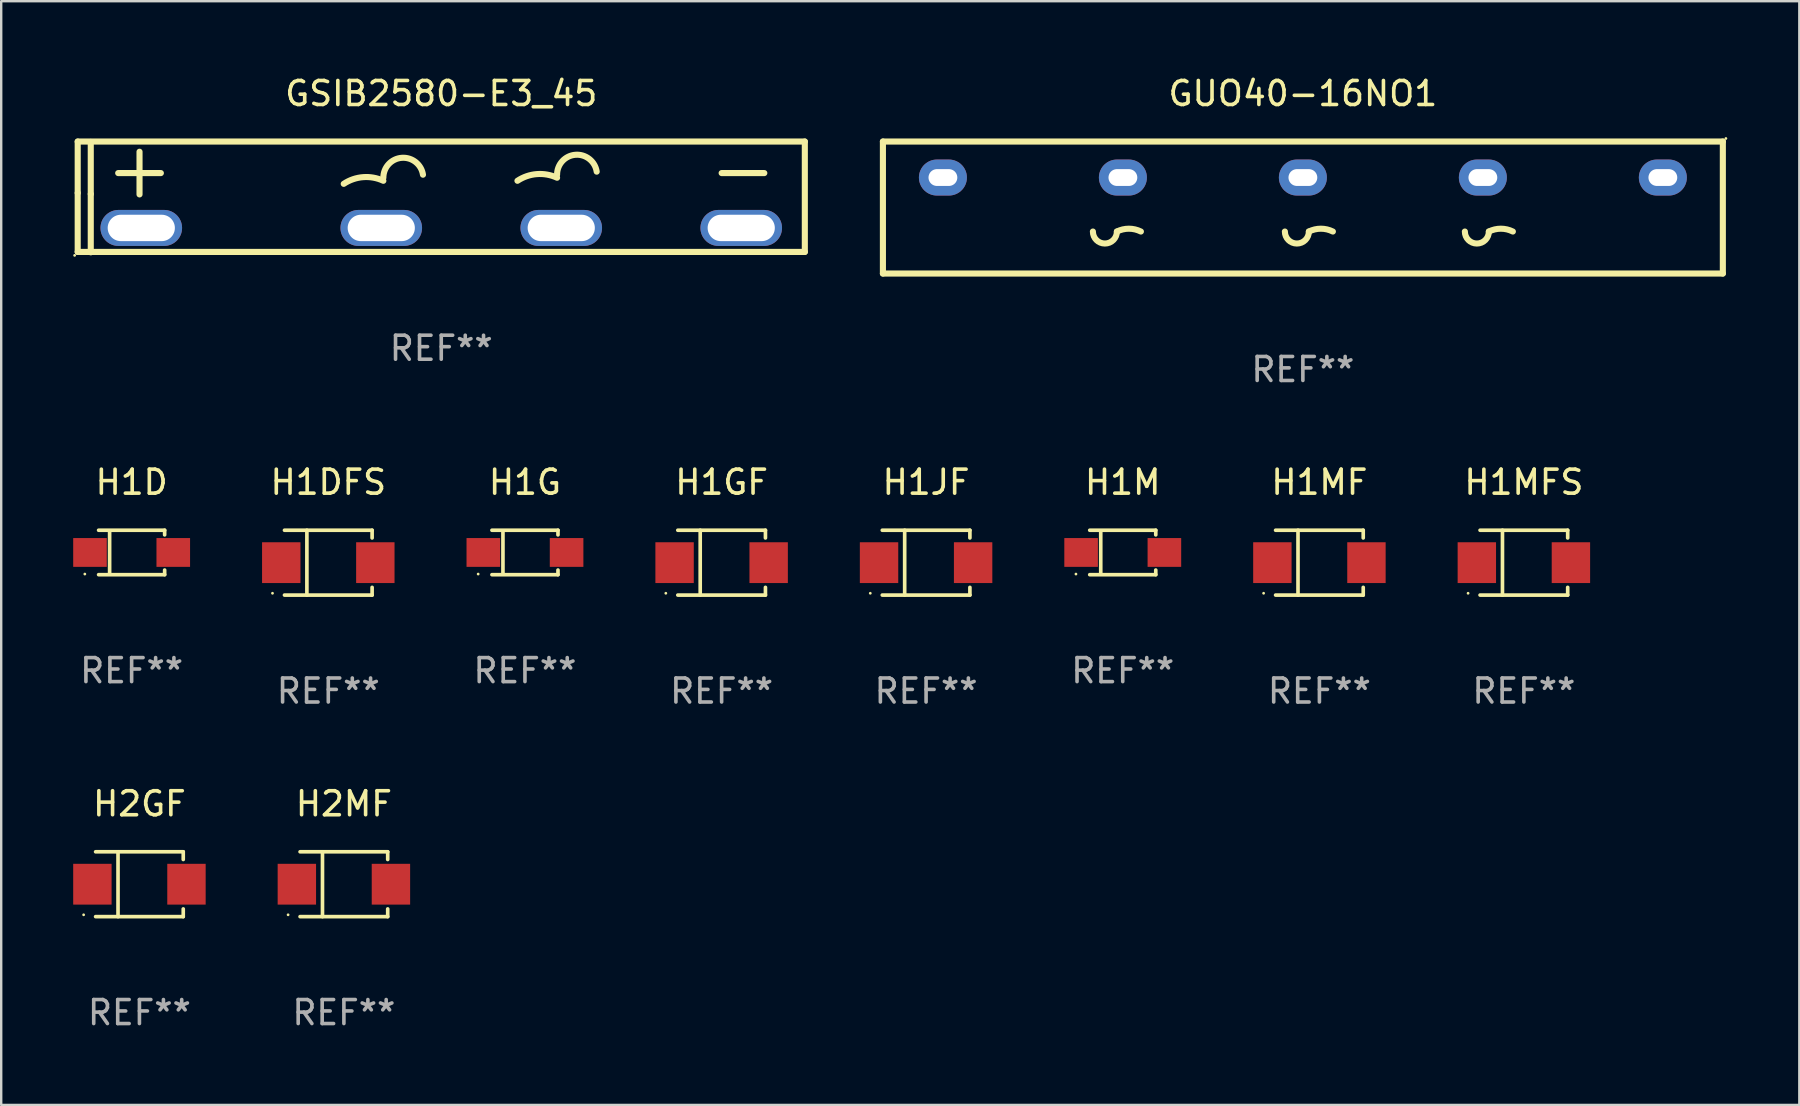
<source format=kicad_pcb>
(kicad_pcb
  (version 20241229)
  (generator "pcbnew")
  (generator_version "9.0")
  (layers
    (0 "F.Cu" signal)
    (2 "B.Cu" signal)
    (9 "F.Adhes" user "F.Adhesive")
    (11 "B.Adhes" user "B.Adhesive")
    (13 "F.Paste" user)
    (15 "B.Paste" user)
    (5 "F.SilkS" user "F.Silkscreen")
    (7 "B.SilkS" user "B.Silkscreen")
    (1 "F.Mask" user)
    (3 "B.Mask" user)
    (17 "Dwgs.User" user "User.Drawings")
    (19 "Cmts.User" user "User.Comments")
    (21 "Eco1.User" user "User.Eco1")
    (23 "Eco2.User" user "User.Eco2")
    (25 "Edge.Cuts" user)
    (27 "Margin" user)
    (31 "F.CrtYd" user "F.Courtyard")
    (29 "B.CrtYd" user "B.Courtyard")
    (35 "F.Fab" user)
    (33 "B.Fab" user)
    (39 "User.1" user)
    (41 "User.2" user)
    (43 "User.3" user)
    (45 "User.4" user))
  (footprint "GUO40-16NO1"
    (layer "F.Cu")
    (at 51.241 5.598)
    (property "Reference" "GUO40-16NO1" (at 0 -4.75 0) (layer "F.SilkS") (effects (font (size 1 1) (thickness 0.15))))
    (attr through_hole)
    (fp_line (start -17.5 -2.75) (end 17.5 -2.75) (stroke (width 0.254) (type solid)) (layer "F.SilkS"))
    (fp_line (start -17.5 2.75) (end -17.5 -2.75) (stroke (width 0.254) (type solid)) (layer "F.SilkS"))
    (fp_line (start -17.5 2.75) (end 17.5 2.75) (stroke (width 0.254) (type solid)) (layer "F.SilkS"))
    (fp_line (start 17.5 2.75) (end 17.5 -2.75) (stroke (width 0.254) (type solid)) (layer "F.SilkS"))
    (fp_arc (start -7.750038 0.999987) (mid -8.250038 1.499987) (end -8.750038 0.999987) (stroke (width 0.254001) (type solid)) (layer "F.SilkS"))
    (fp_arc (start -7.750038 0.999987) (mid -7.250038 0.881953) (end -6.750038 0.999987) (stroke (width 0.254001) (type solid)) (layer "F.SilkS"))
    (fp_arc (start 0.249987 0.999987) (mid -0.250013 1.499987) (end -0.750013 0.999987) (stroke (width 0.254001) (type solid)) (layer "F.SilkS"))
    (fp_arc (start 0.249987 0.999987) (mid 0.749987 0.881953) (end 1.249987 0.999987) (stroke (width 0.254001) (type solid)) (layer "F.SilkS"))
    (fp_arc (start 7.750013 0.999987) (mid 7.250013 1.499987) (end 6.750013 0.999987) (stroke (width 0.254001) (type solid)) (layer "F.SilkS"))
    (fp_arc (start 7.750013 0.999987) (mid 8.250026 0.881952) (end 8.750038 0.999988) (stroke (width 0.254001) (type solid)) (layer "F.SilkS"))
    (fp_circle (center 17.627 -2.877) (end 17.657 -2.877) (stroke (width 0.06) (type solid)) (fill no) (layer "F.SilkS"))
    (fp_text user "+" (at 14.25 2 0) (layer "B.Mask") (effects (font (size 1 1) (thickness 0.15))))
    (fp_text user "-" (at -15.75 2 0) (layer "B.Mask") (effects (font (size 1 1) (thickness 0.15))))
    (fp_text user "REF**" (at 0 6.75 0) (layer "F.Fab") (effects (font (size 1 1) (thickness 0.15))))
    (pad "1" thru_hole oval (at 15 -1.25) (size 2 1.5) (drill oval 1.2 0.7) (layers "*.Cu" "*.Mask"))
    (pad "2" thru_hole oval (at 7.5 -1.25) (size 2 1.5) (drill oval 1.2 0.7) (layers "*.Cu" "*.Mask"))
    (pad "3" thru_hole oval (at 0.000051 -1.25) (size 2 1.5) (drill oval 1.2 0.7) (layers "*.Cu" "*.Mask"))
    (pad "4" thru_hole oval (at -7.5 -1.25) (size 2 1.5) (drill oval 1.2 0.7) (layers "*.Cu" "*.Mask"))
    (pad "5" thru_hole oval (at -15 -1.25) (size 2 1.5) (drill oval 1.2 0.7) (layers "*.Cu" "*.Mask")))
  (footprint "H1MF"
    (layer "F.Cu")
    (at 51.93 20.396)
    (property "Reference" "H1MF" (at 0 -3.351 0) (layer "F.SilkS") (effects (font (size 1 1) (thickness 0.15))))
    (attr through_hole)
    (fp_line (start -1.826 -1.351) (end 1.826 -1.351) (stroke (width 0.152) (type solid)) (layer "F.SilkS"))
    (fp_line (start -1.826 1.351) (end 1.826 1.351) (stroke (width 0.152) (type solid)) (layer "F.SilkS"))
    (fp_line (start -0.892 -1.351) (end -0.892 1.351) (stroke (width 0.152) (type solid)) (layer "F.SilkS"))
    (fp_line (start 1.826 -1.351) (end 1.826 -1.03) (stroke (width 0.152) (type solid)) (layer "F.SilkS"))
    (fp_line (start 1.826 1.03) (end 1.826 1.351) (stroke (width 0.152) (type solid)) (layer "F.SilkS"))
    (fp_circle (center -2.325 1.275) (end -2.295 1.275) (stroke (width 0.06) (type solid)) (fill no) (layer "F.SilkS"))
    (fp_text user "REF**" (at 0 5.351 0) (layer "F.Fab") (effects (font (size 1 1) (thickness 0.15))))
    (pad "1" smd rect (at -1.96 0 180) (size 1.6 1.7) (layers "F.Cu" "F.Mask" "F.Paste"))
    (pad "2" smd rect (at 1.96 0 180) (size 1.6 1.7) (layers "F.Cu" "F.Mask" "F.Paste")))
  (footprint "H1JF"
    (layer "F.Cu")
    (at 35.54 20.396)
    (property "Reference" "H1JF" (at 0 -3.351 0) (layer "F.SilkS") (effects (font (size 1 1) (thickness 0.15))))
    (attr through_hole)
    (fp_line (start -1.826 -1.351) (end 1.826 -1.351) (stroke (width 0.152) (type solid)) (layer "F.SilkS"))
    (fp_line (start -1.826 1.351) (end 1.826 1.351) (stroke (width 0.152) (type solid)) (layer "F.SilkS"))
    (fp_line (start -0.892 -1.351) (end -0.892 1.351) (stroke (width 0.152) (type solid)) (layer "F.SilkS"))
    (fp_line (start 1.826 -1.351) (end 1.826 -1.03) (stroke (width 0.152) (type solid)) (layer "F.SilkS"))
    (fp_line (start 1.826 1.03) (end 1.826 1.351) (stroke (width 0.152) (type solid)) (layer "F.SilkS"))
    (fp_circle (center -2.325 1.275) (end -2.295 1.275) (stroke (width 0.06) (type solid)) (fill no) (layer "F.SilkS"))
    (fp_text user "REF**" (at 0 5.351 0) (layer "F.Fab") (effects (font (size 1 1) (thickness 0.15))))
    (pad "1" smd rect (at -1.96 0 180) (size 1.6 1.7) (layers "F.Cu" "F.Mask" "F.Paste"))
    (pad "2" smd rect (at 1.96 0 180) (size 1.6 1.7) (layers "F.Cu" "F.Mask" "F.Paste")))
  (footprint "H2MF"
    (layer "F.Cu")
    (at 11.28 33.795)
    (property "Reference" "H2MF" (at 0 -3.351 0) (layer "F.SilkS") (effects (font (size 1 1) (thickness 0.15))))
    (attr through_hole)
    (fp_line (start -1.826 -1.351) (end 1.826 -1.351) (stroke (width 0.152) (type solid)) (layer "F.SilkS"))
    (fp_line (start -1.826 1.351) (end 1.826 1.351) (stroke (width 0.152) (type solid)) (layer "F.SilkS"))
    (fp_line (start -0.892 -1.351) (end -0.892 1.351) (stroke (width 0.152) (type solid)) (layer "F.SilkS"))
    (fp_line (start 1.826 -1.351) (end 1.826 -1.03) (stroke (width 0.152) (type solid)) (layer "F.SilkS"))
    (fp_line (start 1.826 1.03) (end 1.826 1.351) (stroke (width 0.152) (type solid)) (layer "F.SilkS"))
    (fp_circle (center -2.325 1.275) (end -2.295 1.275) (stroke (width 0.06) (type solid)) (fill no) (layer "F.SilkS"))
    (fp_text user "REF**" (at 0 5.351 0) (layer "F.Fab") (effects (font (size 1 1) (thickness 0.15))))
    (pad "1" smd rect (at -1.96 0 180) (size 1.6 1.7) (layers "F.Cu" "F.Mask" "F.Paste"))
    (pad "2" smd rect (at 1.96 0 180) (size 1.6 1.7) (layers "F.Cu" "F.Mask" "F.Paste")))
  (footprint "H1G"
    (layer "F.Cu")
    (at 18.825 19.971)
    (property "Reference" "H1G" (at 0 -2.926 0) (layer "F.SilkS") (effects (font (size 1 1) (thickness 0.15))))
    (attr through_hole)
    (fp_line (start -1.376 -0.926) (end 1.376 -0.926) (stroke (width 0.152) (type solid)) (layer "F.SilkS"))
    (fp_line (start -1.376 0.926) (end 1.376 0.926) (stroke (width 0.152) (type solid)) (layer "F.SilkS"))
    (fp_line (start -0.917 -0.876) (end -0.917 0.876) (stroke (width 0.152) (type solid)) (layer "F.SilkS"))
    (fp_line (start 1.376 -0.926) (end 1.376 -0.733) (stroke (width 0.152) (type solid)) (layer "F.SilkS"))
    (fp_line (start 1.376 0.926) (end 1.376 0.733) (stroke (width 0.152) (type solid)) (layer "F.SilkS"))
    (fp_circle (center -1.95 0.9) (end -1.92 0.9) (stroke (width 0.06) (type solid)) (fill no) (layer "F.SilkS"))
    (fp_text user "REF**" (at 0 4.926 0) (layer "F.Fab") (effects (font (size 1 1) (thickness 0.15))))
    (pad "1" smd rect (at -1.735 0) (size 1.4 1.2) (layers "F.Cu" "F.Mask" "F.Paste"))
    (pad "2" smd rect (at 1.735 0) (size 1.4 1.2) (layers "F.Cu" "F.Mask" "F.Paste")))
  (footprint "H1MFS"
    (layer "F.Cu")
    (at 60.45 20.396)
    (property "Reference" "H1MFS" (at 0 -3.351 0) (layer "F.SilkS") (effects (font (size 1 1) (thickness 0.15))))
    (attr through_hole)
    (fp_line (start -1.826 -1.351) (end 1.826 -1.351) (stroke (width 0.152) (type solid)) (layer "F.SilkS"))
    (fp_line (start -1.826 1.351) (end 1.826 1.351) (stroke (width 0.152) (type solid)) (layer "F.SilkS"))
    (fp_line (start -0.892 -1.351) (end -0.892 1.351) (stroke (width 0.152) (type solid)) (layer "F.SilkS"))
    (fp_line (start 1.826 -1.351) (end 1.826 -1.03) (stroke (width 0.152) (type solid)) (layer "F.SilkS"))
    (fp_line (start 1.826 1.03) (end 1.826 1.351) (stroke (width 0.152) (type solid)) (layer "F.SilkS"))
    (fp_circle (center -2.325 1.275) (end -2.295 1.275) (stroke (width 0.06) (type solid)) (fill no) (layer "F.SilkS"))
    (fp_text user "REF**" (at 0 5.351 0) (layer "F.Fab") (effects (font (size 1 1) (thickness 0.15))))
    (pad "1" smd rect (at -1.96 0 180) (size 1.6 1.7) (layers "F.Cu" "F.Mask" "F.Paste"))
    (pad "2" smd rect (at 1.96 0 180) (size 1.6 1.7) (layers "F.Cu" "F.Mask" "F.Paste")))
  (footprint "H1GF"
    (layer "F.Cu")
    (at 27.02 20.396)
    (property "Reference" "H1GF" (at 0 -3.351 0) (layer "F.SilkS") (effects (font (size 1 1) (thickness 0.15))))
    (attr through_hole)
    (fp_line (start -1.826 -1.351) (end 1.826 -1.351) (stroke (width 0.152) (type solid)) (layer "F.SilkS"))
    (fp_line (start -1.826 1.351) (end 1.826 1.351) (stroke (width 0.152) (type solid)) (layer "F.SilkS"))
    (fp_line (start -0.892 -1.351) (end -0.892 1.351) (stroke (width 0.152) (type solid)) (layer "F.SilkS"))
    (fp_line (start 1.826 -1.351) (end 1.826 -1.03) (stroke (width 0.152) (type solid)) (layer "F.SilkS"))
    (fp_line (start 1.826 1.03) (end 1.826 1.351) (stroke (width 0.152) (type solid)) (layer "F.SilkS"))
    (fp_circle (center -2.325 1.275) (end -2.295 1.275) (stroke (width 0.06) (type solid)) (fill no) (layer "F.SilkS"))
    (fp_text user "REF**" (at 0 5.351 0) (layer "F.Fab") (effects (font (size 1 1) (thickness 0.15))))
    (pad "1" smd rect (at -1.96 0 180) (size 1.6 1.7) (layers "F.Cu" "F.Mask" "F.Paste"))
    (pad "2" smd rect (at 1.96 0 180) (size 1.6 1.7) (layers "F.Cu" "F.Mask" "F.Paste")))
  (footprint "H2GF"
    (layer "F.Cu")
    (at 2.76 33.795)
    (property "Reference" "H2GF" (at 0 -3.351 0) (layer "F.SilkS") (effects (font (size 1 1) (thickness 0.15))))
    (attr through_hole)
    (fp_line (start -1.826 -1.351) (end 1.826 -1.351) (stroke (width 0.152) (type solid)) (layer "F.SilkS"))
    (fp_line (start -1.826 1.351) (end 1.826 1.351) (stroke (width 0.152) (type solid)) (layer "F.SilkS"))
    (fp_line (start -0.892 -1.351) (end -0.892 1.351) (stroke (width 0.152) (type solid)) (layer "F.SilkS"))
    (fp_line (start 1.826 -1.351) (end 1.826 -1.03) (stroke (width 0.152) (type solid)) (layer "F.SilkS"))
    (fp_line (start 1.826 1.03) (end 1.826 1.351) (stroke (width 0.152) (type solid)) (layer "F.SilkS"))
    (fp_circle (center -2.325 1.275) (end -2.295 1.275) (stroke (width 0.06) (type solid)) (fill no) (layer "F.SilkS"))
    (fp_text user "REF**" (at 0 5.351 0) (layer "F.Fab") (effects (font (size 1 1) (thickness 0.15))))
    (pad "1" smd rect (at -1.96 0 180) (size 1.6 1.7) (layers "F.Cu" "F.Mask" "F.Paste"))
    (pad "2" smd rect (at 1.96 0 180) (size 1.6 1.7) (layers "F.Cu" "F.Mask" "F.Paste")))
  (footprint "H1DFS"
    (layer "F.Cu")
    (at 10.63 20.396)
    (property "Reference" "H1DFS" (at 0 -3.351 0) (layer "F.SilkS") (effects (font (size 1 1) (thickness 0.15))))
    (attr through_hole)
    (fp_line (start -1.826 -1.351) (end 1.826 -1.351) (stroke (width 0.152) (type solid)) (layer "F.SilkS"))
    (fp_line (start -1.826 1.351) (end 1.826 1.351) (stroke (width 0.152) (type solid)) (layer "F.SilkS"))
    (fp_line (start -0.892 -1.351) (end -0.892 1.351) (stroke (width 0.152) (type solid)) (layer "F.SilkS"))
    (fp_line (start 1.826 -1.351) (end 1.826 -1.03) (stroke (width 0.152) (type solid)) (layer "F.SilkS"))
    (fp_line (start 1.826 1.03) (end 1.826 1.351) (stroke (width 0.152) (type solid)) (layer "F.SilkS"))
    (fp_circle (center -2.325 1.275) (end -2.295 1.275) (stroke (width 0.06) (type solid)) (fill no) (layer "F.SilkS"))
    (fp_text user "REF**" (at 0 5.351 0) (layer "F.Fab") (effects (font (size 1 1) (thickness 0.15))))
    (pad "1" smd rect (at -1.96 0 180) (size 1.6 1.7) (layers "F.Cu" "F.Mask" "F.Paste"))
    (pad "2" smd rect (at 1.96 0 180) (size 1.6 1.7) (layers "F.Cu" "F.Mask" "F.Paste")))
  (footprint "H1D"
    (layer "F.Cu")
    (at 2.435 19.971)
    (property "Reference" "H1D" (at 0 -2.926 0) (layer "F.SilkS") (effects (font (size 1 1) (thickness 0.15))))
    (attr through_hole)
    (fp_line (start -1.376 -0.926) (end 1.376 -0.926) (stroke (width 0.152) (type solid)) (layer "F.SilkS"))
    (fp_line (start -1.376 0.926) (end 1.376 0.926) (stroke (width 0.152) (type solid)) (layer "F.SilkS"))
    (fp_line (start -0.917 -0.876) (end -0.917 0.876) (stroke (width 0.152) (type solid)) (layer "F.SilkS"))
    (fp_line (start 1.376 -0.926) (end 1.376 -0.733) (stroke (width 0.152) (type solid)) (layer "F.SilkS"))
    (fp_line (start 1.376 0.926) (end 1.376 0.733) (stroke (width 0.152) (type solid)) (layer "F.SilkS"))
    (fp_circle (center -1.95 0.9) (end -1.92 0.9) (stroke (width 0.06) (type solid)) (fill no) (layer "F.SilkS"))
    (fp_text user "REF**" (at 0 4.926 0) (layer "F.Fab") (effects (font (size 1 1) (thickness 0.15))))
    (pad "1" smd rect (at -1.735 0) (size 1.4 1.2) (layers "F.Cu" "F.Mask" "F.Paste"))
    (pad "2" smd rect (at 1.735 0) (size 1.4 1.2) (layers "F.Cu" "F.Mask" "F.Paste")))
  (footprint "H1M"
    (layer "F.Cu")
    (at 43.735 19.971)
    (property "Reference" "H1M" (at 0 -2.926 0) (layer "F.SilkS") (effects (font (size 1 1) (thickness 0.15))))
    (attr through_hole)
    (fp_line (start -1.376 -0.926) (end 1.376 -0.926) (stroke (width 0.152) (type solid)) (layer "F.SilkS"))
    (fp_line (start -1.376 0.926) (end 1.376 0.926) (stroke (width 0.152) (type solid)) (layer "F.SilkS"))
    (fp_line (start -0.917 -0.876) (end -0.917 0.876) (stroke (width 0.152) (type solid)) (layer "F.SilkS"))
    (fp_line (start 1.376 -0.926) (end 1.376 -0.733) (stroke (width 0.152) (type solid)) (layer "F.SilkS"))
    (fp_line (start 1.376 0.926) (end 1.376 0.733) (stroke (width 0.152) (type solid)) (layer "F.SilkS"))
    (fp_circle (center -1.95 0.9) (end -1.92 0.9) (stroke (width 0.06) (type solid)) (fill no) (layer "F.SilkS"))
    (fp_text user "REF**" (at 0 4.926 0) (layer "F.Fab") (effects (font (size 1 1) (thickness 0.15))))
    (pad "1" smd rect (at -1.735 0) (size 1.4 1.2) (layers "F.Cu" "F.Mask" "F.Paste"))
    (pad "2" smd rect (at 1.735 0) (size 1.4 1.2) (layers "F.Cu" "F.Mask" "F.Paste")))
  (footprint "GSIB2580-E3_45"
    (layer "F.Cu")
    (at 15.337 5.156)
    (property "Reference" "GSIB2580-E3_45" (at 0 -4.308 0) (layer "F.SilkS") (effects (font (size 1 1) (thickness 0.15))))
    (attr through_hole)
    (fp_line (start -15.15 -2.308) (end 15.15 -2.308) (stroke (width 0.254) (type solid)) (layer "F.SilkS"))
    (fp_line (start -15.149 -0.166) (end -15.149 -2.307) (stroke (width 0.254) (type solid)) (layer "F.SilkS"))
    (fp_line (start -15.149 2.293) (end -15.149 -0.166) (stroke (width 0.254) (type solid)) (layer "F.SilkS"))
    (fp_line (start -14.605 -0.121) (end -14.605 -2.292) (stroke (width 0.254) (type solid)) (layer "F.SilkS"))
    (fp_line (start -14.605 2.308) (end -14.605 -0.121) (stroke (width 0.254) (type solid)) (layer "F.SilkS"))
    (fp_line (start -13.462 -0.994) (end -11.684 -0.994) (stroke (width 0.254) (type solid)) (layer "F.SilkS"))
    (fp_line (start -12.573 -1.883) (end -12.573 -0.105) (stroke (width 0.254) (type solid)) (layer "F.SilkS"))
    (fp_line (start 11.684 -0.994) (end 13.462 -0.994) (stroke (width 0.254) (type solid)) (layer "F.SilkS"))
    (fp_line (start 15.15 -2.308) (end 15.15 2.292) (stroke (width 0.254) (type solid)) (layer "F.SilkS"))
    (fp_line (start 15.15 2.292) (end -15.15 2.292) (stroke (width 0.254) (type solid)) (layer "F.SilkS"))
    (fp_arc (start -4.063716 -0.54558) (mid -3.254762 -0.824195) (end -2.412713 -0.67258) (stroke (width 0.254001) (type solid)) (layer "F.SilkS"))
    (fp_arc (start -2.412713 -0.79958) (mid -1.646176 -1.629622) (end -0.761709 -0.926581) (stroke (width 0.254001) (type solid)) (layer "F.SilkS"))
    (fp_arc (start 3.175298 -0.672581) (mid 3.984253 -0.951195) (end 4.826302 -0.799581) (stroke (width 0.254001) (type solid)) (layer "F.SilkS"))
    (fp_arc (start 4.826301 -0.926582) (mid 5.592839 -1.756623) (end 6.477305 -1.053581) (stroke (width 0.254001) (type solid)) (layer "F.SilkS"))
    (fp_circle (center -15.277 2.435) (end -15.247 2.435) (stroke (width 0.06) (type solid)) (fill no) (layer "F.SilkS"))
    (fp_text user "REF**" (at 0 6.308 0) (layer "F.Fab") (effects (font (size 1 1) (thickness 0.15))))
    (pad "1" thru_hole oval (at -12.5 1.292 90) (size 1.5 3.4) (drill oval 1.1 2.8) (layers "*.Cu" "*.Mask"))
    (pad "2" thru_hole oval (at -2.5 1.292 90) (size 1.5 3.4) (drill oval 1.1 2.8) (layers "*.Cu" "*.Mask"))
    (pad "3" thru_hole oval (at 5 1.292 90) (size 1.5 3.4) (drill oval 1.1 2.8) (layers "*.Cu" "*.Mask"))
    (pad "4" thru_hole oval (at 12.5 1.292 90) (size 1.5 3.4) (drill oval 1.1 2.8) (layers "*.Cu" "*.Mask")))
  (gr_rect
    (start -3 -3)
    (end 71.928 42.994)
    (stroke (width 0.1) (type default))
    (fill no)
    (layer "Edge.Cuts")))
</source>
